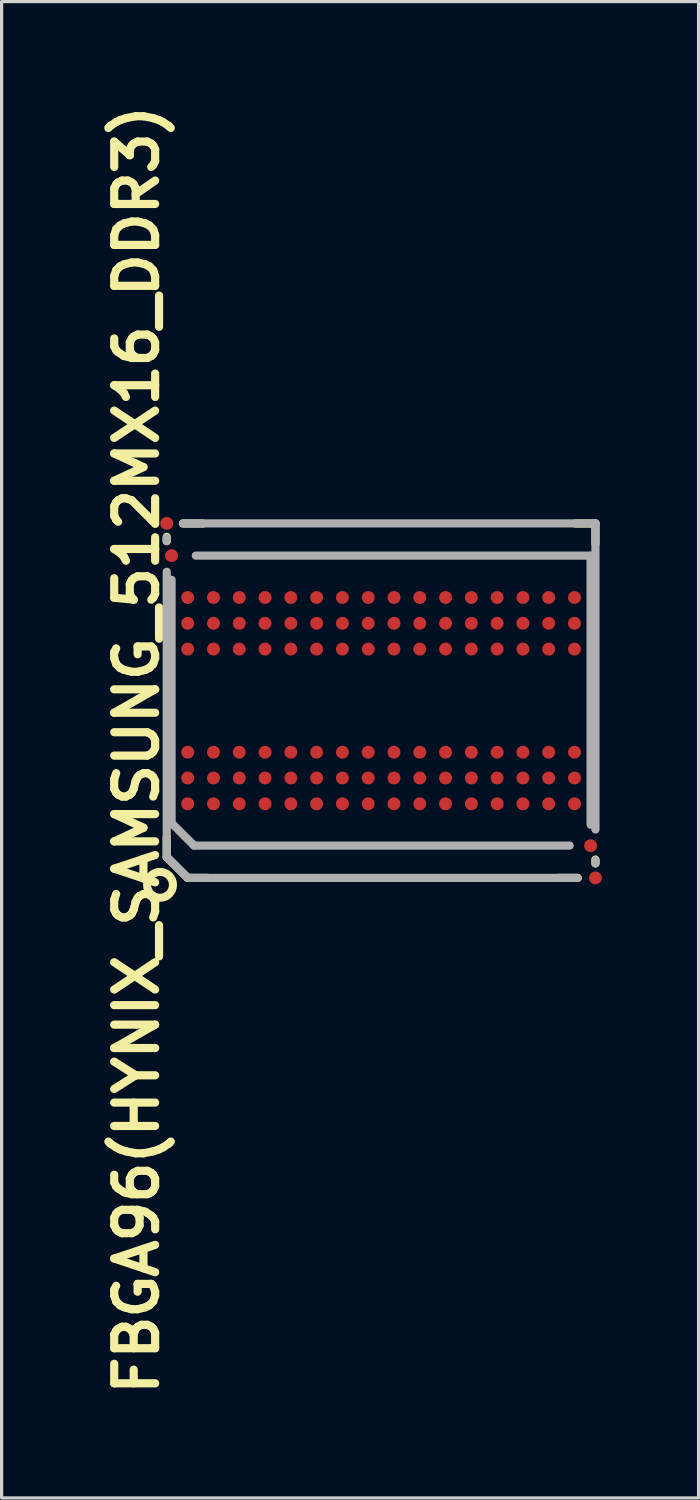
<source format=kicad_pcb>
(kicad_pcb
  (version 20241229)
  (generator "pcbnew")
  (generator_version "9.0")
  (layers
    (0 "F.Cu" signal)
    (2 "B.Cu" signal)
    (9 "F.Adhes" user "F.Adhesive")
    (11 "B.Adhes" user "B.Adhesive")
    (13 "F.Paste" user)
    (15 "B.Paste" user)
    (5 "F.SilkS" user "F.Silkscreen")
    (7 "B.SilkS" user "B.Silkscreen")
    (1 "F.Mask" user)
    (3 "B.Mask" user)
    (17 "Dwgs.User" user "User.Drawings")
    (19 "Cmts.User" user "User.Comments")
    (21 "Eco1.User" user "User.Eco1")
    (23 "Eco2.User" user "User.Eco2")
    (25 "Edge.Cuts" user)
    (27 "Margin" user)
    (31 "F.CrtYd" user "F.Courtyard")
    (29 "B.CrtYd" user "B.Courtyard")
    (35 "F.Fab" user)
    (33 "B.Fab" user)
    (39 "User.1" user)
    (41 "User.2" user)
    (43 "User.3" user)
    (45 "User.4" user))
  (footprint "FBGA96(HYNIX_SAMSUNG_512MX16_DDR3)"
    (layer "F.Cu")
    (at 8.773 18.687)
    (property "Reference" "FBGA96(HYNIX_SAMSUNG_512MX16_DDR3)" (at -7.584 1.524 90) (layer "F.SilkS") (effects (font (size 1.27 1.27) (thickness 0.254))))
    (attr smd)
    (fp_line (start -6.65 -5.08) (end -6.65 -4.95) (stroke (width 0.254) (type solid)) (layer "F.SilkS"))
    (fp_line (start -6.65 4.23) (end -6.65 4.85) (stroke (width 0.254) (type solid)) (layer "F.SilkS"))
    (fp_line (start -6.145 -5.495) (end -5.525 -5.495) (stroke (width 0.254) (type solid)) (layer "F.SilkS"))
    (fp_line (start -6 5.5) (end -6.65 4.85) (stroke (width 0.254) (type solid)) (layer "F.SilkS"))
    (fp_line (start -5.37 5.5) (end -6 5.5) (stroke (width 0.254) (type solid)) (layer "F.SilkS"))
    (fp_line (start 6.025 -5.495) (end 6.645 -5.495) (stroke (width 0.254) (type solid)) (layer "F.SilkS"))
    (fp_line (start 6.1 5.5) (end 5.48 5.5) (stroke (width 0.254) (type solid)) (layer "F.SilkS"))
    (fp_line (start 6.65 -5.5) (end 6.65 -4.88) (stroke (width 0.254) (type solid)) (layer "F.SilkS"))
    (fp_line (start 6.65 4.93) (end 6.65 5.05) (stroke (width 0.254) (type solid)) (layer "F.SilkS"))
    (fp_circle (center -6.858 5.715) (end -6.477 5.588) (stroke (width 0.25) (type solid)) (fill no) (layer "F.SilkS"))
    (fp_line (start -6.65 -5.05) (end -6.65 -4.948) (stroke (width 0.254) (type solid)) (layer "F.Fab"))
    (fp_line (start -6.65 -3.998) (end -6.65 4.849) (stroke (width 0.254) (type solid)) (layer "F.Fab"))
    (fp_line (start -6.65 4.849) (end -5.999 5.499) (stroke (width 0.254) (type solid)) (layer "F.Fab"))
    (fp_line (start -6.5 -3.749) (end -6.5 3.8) (stroke (width 0.254) (type solid)) (layer "F.Fab"))
    (fp_line (start -6.5 3.8) (end -5.799 4.498) (stroke (width 0.254) (type solid)) (layer "F.Fab"))
    (fp_line (start -5.999 5.499) (end 6.099 5.499) (stroke (width 0.254) (type solid)) (layer "F.Fab"))
    (fp_line (start -5.799 4.498) (end 5.85 4.498) (stroke (width 0.254) (type solid)) (layer "F.Fab"))
    (fp_line (start 6.5 -4.498) (end -5.748 -4.498) (stroke (width 0.254) (type solid)) (layer "F.Fab"))
    (fp_line (start 6.5 3.848) (end 6.5 -4.498) (stroke (width 0.254) (type solid)) (layer "F.Fab"))
    (fp_line (start 6.65 -5.499) (end -6.149 -5.499) (stroke (width 0.254) (type solid)) (layer "F.Fab"))
    (fp_line (start 6.65 3.998) (end 6.65 -5.499) (stroke (width 0.254) (type solid)) (layer "F.Fab"))
    (fp_line (start 6.65 5.05) (end 6.65 4.948) (stroke (width 0.254) (type solid)) (layer "F.Fab"))
    (pad "" smd rect (at -6 -3.2) (size 0.42 0.42) (layers "F.Paste"))
    (pad "" smd rect (at -6 -2.4) (size 0.42 0.42) (layers "F.Paste"))
    (pad "" smd rect (at -6 -1.6) (size 0.42 0.42) (layers "F.Paste"))
    (pad "" smd rect (at -6 1.6) (size 0.42 0.42) (layers "F.Paste"))
    (pad "" smd rect (at -6 2.4) (size 0.42 0.42) (layers "F.Paste"))
    (pad "" smd rect (at -6 3.2) (size 0.42 0.42) (layers "F.Paste"))
    (pad "" smd rect (at -5.2 -3.2) (size 0.42 0.42) (layers "F.Paste"))
    (pad "" smd rect (at -5.2 -2.4) (size 0.42 0.42) (layers "F.Paste"))
    (pad "" smd rect (at -5.2 -1.6) (size 0.42 0.42) (layers "F.Paste"))
    (pad "" smd rect (at -5.2 1.6) (size 0.42 0.42) (layers "F.Paste"))
    (pad "" smd rect (at -5.2 2.4) (size 0.42 0.42) (layers "F.Paste"))
    (pad "" smd rect (at -5.2 3.2) (size 0.42 0.42) (layers "F.Paste"))
    (pad "" smd rect (at -4.4 -3.2) (size 0.42 0.42) (layers "F.Paste"))
    (pad "" smd rect (at -4.4 -2.4) (size 0.42 0.42) (layers "F.Paste"))
    (pad "" smd rect (at -4.4 -1.6) (size 0.42 0.42) (layers "F.Paste"))
    (pad "" smd rect (at -4.4 1.6) (size 0.42 0.42) (layers "F.Paste"))
    (pad "" smd rect (at -4.4 2.4) (size 0.42 0.42) (layers "F.Paste"))
    (pad "" smd rect (at -4.4 3.2) (size 0.42 0.42) (layers "F.Paste"))
    (pad "" smd rect (at -3.6 -3.2) (size 0.42 0.42) (layers "F.Paste"))
    (pad "" smd rect (at -3.6 -2.4) (size 0.42 0.42) (layers "F.Paste"))
    (pad "" smd rect (at -3.6 -1.6) (size 0.42 0.42) (layers "F.Paste"))
    (pad "" smd rect (at -3.6 1.6) (size 0.42 0.42) (layers "F.Paste"))
    (pad "" smd rect (at -3.6 2.4) (size 0.42 0.42) (layers "F.Paste"))
    (pad "" smd rect (at -3.6 3.2) (size 0.42 0.42) (layers "F.Paste"))
    (pad "" smd rect (at -2.8 -3.2) (size 0.42 0.42) (layers "F.Paste"))
    (pad "" smd rect (at -2.8 -2.4) (size 0.42 0.42) (layers "F.Paste"))
    (pad "" smd rect (at -2.8 -1.6) (size 0.42 0.42) (layers "F.Paste"))
    (pad "" smd rect (at -2.8 1.6) (size 0.42 0.42) (layers "F.Paste"))
    (pad "" smd rect (at -2.8 2.4) (size 0.42 0.42) (layers "F.Paste"))
    (pad "" smd rect (at -2.8 3.2) (size 0.42 0.42) (layers "F.Paste"))
    (pad "" smd rect (at -2 -3.2) (size 0.42 0.42) (layers "F.Paste"))
    (pad "" smd rect (at -2 -2.4) (size 0.42 0.42) (layers "F.Paste"))
    (pad "" smd rect (at -2 -1.6) (size 0.42 0.42) (layers "F.Paste"))
    (pad "" smd rect (at -2 1.6) (size 0.42 0.42) (layers "F.Paste"))
    (pad "" smd rect (at -2 2.4) (size 0.42 0.42) (layers "F.Paste"))
    (pad "" smd rect (at -2 3.2) (size 0.42 0.42) (layers "F.Paste"))
    (pad "" smd rect (at -1.2 -3.2) (size 0.42 0.42) (layers "F.Paste"))
    (pad "" smd rect (at -1.2 -2.4) (size 0.42 0.42) (layers "F.Paste"))
    (pad "" smd rect (at -1.2 -1.6) (size 0.42 0.42) (layers "F.Paste"))
    (pad "" smd rect (at -1.2 1.6) (size 0.42 0.42) (layers "F.Paste"))
    (pad "" smd rect (at -1.2 2.4) (size 0.42 0.42) (layers "F.Paste"))
    (pad "" smd rect (at -1.2 3.2) (size 0.42 0.42) (layers "F.Paste"))
    (pad "" smd rect (at -0.4 -3.2) (size 0.42 0.42) (layers "F.Paste"))
    (pad "" smd rect (at -0.4 -2.4) (size 0.42 0.42) (layers "F.Paste"))
    (pad "" smd rect (at -0.4 -1.6) (size 0.42 0.42) (layers "F.Paste"))
    (pad "" smd rect (at -0.4 1.6) (size 0.42 0.42) (layers "F.Paste"))
    (pad "" smd rect (at -0.4 2.4) (size 0.42 0.42) (layers "F.Paste"))
    (pad "" smd rect (at -0.4 3.2) (size 0.42 0.42) (layers "F.Paste"))
    (pad "" smd rect (at 0.4 -3.2) (size 0.42 0.42) (layers "F.Paste"))
    (pad "" smd rect (at 0.4 -2.4) (size 0.42 0.42) (layers "F.Paste"))
    (pad "" smd rect (at 0.4 -1.6) (size 0.42 0.42) (layers "F.Paste"))
    (pad "" smd rect (at 0.4 1.6) (size 0.42 0.42) (layers "F.Paste"))
    (pad "" smd rect (at 0.4 2.4) (size 0.42 0.42) (layers "F.Paste"))
    (pad "" smd rect (at 0.4 3.2) (size 0.42 0.42) (layers "F.Paste"))
    (pad "" smd rect (at 1.2 -3.2) (size 0.42 0.42) (layers "F.Paste"))
    (pad "" smd rect (at 1.2 -2.4) (size 0.42 0.42) (layers "F.Paste"))
    (pad "" smd rect (at 1.2 -1.6) (size 0.42 0.42) (layers "F.Paste"))
    (pad "" smd rect (at 1.2 1.6) (size 0.42 0.42) (layers "F.Paste"))
    (pad "" smd rect (at 1.2 2.4) (size 0.42 0.42) (layers "F.Paste"))
    (pad "" smd rect (at 1.2 3.2) (size 0.42 0.42) (layers "F.Paste"))
    (pad "" smd rect (at 2 -3.2) (size 0.42 0.42) (layers "F.Paste"))
    (pad "" smd rect (at 2 -2.4) (size 0.42 0.42) (layers "F.Paste"))
    (pad "" smd rect (at 2 -1.6) (size 0.42 0.42) (layers "F.Paste"))
    (pad "" smd rect (at 2 1.6) (size 0.42 0.42) (layers "F.Paste"))
    (pad "" smd rect (at 2 2.4) (size 0.42 0.42) (layers "F.Paste"))
    (pad "" smd rect (at 2 3.2) (size 0.42 0.42) (layers "F.Paste"))
    (pad "" smd rect (at 2.8 -3.2) (size 0.42 0.42) (layers "F.Paste"))
    (pad "" smd rect (at 2.8 -2.4) (size 0.42 0.42) (layers "F.Paste"))
    (pad "" smd rect (at 2.8 -1.6) (size 0.42 0.42) (layers "F.Paste"))
    (pad "" smd rect (at 2.8 1.6) (size 0.42 0.42) (layers "F.Paste"))
    (pad "" smd rect (at 2.8 2.4) (size 0.42 0.42) (layers "F.Paste"))
    (pad "" smd rect (at 2.8 3.2) (size 0.42 0.42) (layers "F.Paste"))
    (pad "" smd rect (at 3.6 -3.2) (size 0.42 0.42) (layers "F.Paste"))
    (pad "" smd rect (at 3.6 -2.4) (size 0.42 0.42) (layers "F.Paste"))
    (pad "" smd rect (at 3.6 -1.6) (size 0.42 0.42) (layers "F.Paste"))
    (pad "" smd rect (at 3.6 1.6) (size 0.42 0.42) (layers "F.Paste"))
    (pad "" smd rect (at 3.6 2.4) (size 0.42 0.42) (layers "F.Paste"))
    (pad "" smd rect (at 3.6 3.2) (size 0.42 0.42) (layers "F.Paste"))
    (pad "" smd rect (at 4.4 -3.2) (size 0.42 0.42) (layers "F.Paste"))
    (pad "" smd rect (at 4.4 -2.4) (size 0.42 0.42) (layers "F.Paste"))
    (pad "" smd rect (at 4.4 -1.6) (size 0.42 0.42) (layers "F.Paste"))
    (pad "" smd rect (at 4.4 1.6) (size 0.42 0.42) (layers "F.Paste"))
    (pad "" smd rect (at 4.4 2.4) (size 0.42 0.42) (layers "F.Paste"))
    (pad "" smd rect (at 4.4 3.2) (size 0.42 0.42) (layers "F.Paste"))
    (pad "" smd rect (at 5.2 -3.2) (size 0.42 0.42) (layers "F.Paste"))
    (pad "" smd rect (at 5.2 -2.4) (size 0.42 0.42) (layers "F.Paste"))
    (pad "" smd rect (at 5.2 -1.6) (size 0.42 0.42) (layers "F.Paste"))
    (pad "" smd rect (at 5.2 1.6) (size 0.42 0.42) (layers "F.Paste"))
    (pad "" smd rect (at 5.2 2.4) (size 0.42 0.42) (layers "F.Paste"))
    (pad "" smd rect (at 5.2 3.2) (size 0.42 0.42) (layers "F.Paste"))
    (pad "" smd rect (at 6 -3.2) (size 0.42 0.42) (layers "F.Paste"))
    (pad "" smd rect (at 6 -2.4) (size 0.42 0.42) (layers "F.Paste"))
    (pad "" smd rect (at 6 -1.6) (size 0.42 0.42) (layers "F.Paste"))
    (pad "" smd rect (at 6 1.6) (size 0.42 0.42) (layers "F.Paste"))
    (pad "" smd rect (at 6 2.4) (size 0.42 0.42) (layers "F.Paste"))
    (pad "" smd rect (at 6 3.2) (size 0.42 0.42) (layers "F.Paste"))
    (pad "A1" smd circle (at -6 3.2 90) (size 0.4 0.4) (layers "F.Cu" "F.Mask"))
    (pad "A2" smd circle (at -6 2.4 90) (size 0.4 0.4) (layers "F.Cu" "F.Mask"))
    (pad "A3" smd circle (at -6 1.6 90) (size 0.4 0.4) (layers "F.Cu" "F.Mask"))
    (pad "A7" smd circle (at -6 -1.6 90) (size 0.4 0.4) (layers "F.Cu" "F.Mask"))
    (pad "A8" smd circle (at -6 -2.4 90) (size 0.4 0.4) (layers "F.Cu" "F.Mask"))
    (pad "A9" smd circle (at -6 -3.2 90) (size 0.4 0.4) (layers "F.Cu" "F.Mask"))
    (pad "B1" smd circle (at -5.2 3.2 90) (size 0.4 0.4) (layers "F.Cu" "F.Mask"))
    (pad "B2" smd circle (at -5.2 2.4 90) (size 0.4 0.4) (layers "F.Cu" "F.Mask"))
    (pad "B3" smd circle (at -5.2 1.6 90) (size 0.4 0.4) (layers "F.Cu" "F.Mask"))
    (pad "B7" smd circle (at -5.2 -1.6 90) (size 0.4 0.4) (layers "F.Cu" "F.Mask"))
    (pad "B8" smd circle (at -5.2 -2.4 90) (size 0.4 0.4) (layers "F.Cu" "F.Mask"))
    (pad "B9" smd circle (at -5.2 -3.2 90) (size 0.4 0.4) (layers "F.Cu" "F.Mask"))
    (pad "C1" smd circle (at -4.4 3.2 90) (size 0.4 0.4) (layers "F.Cu" "F.Mask"))
    (pad "C2" smd circle (at -4.4 2.4 90) (size 0.4 0.4) (layers "F.Cu" "F.Mask"))
    (pad "C3" smd circle (at -4.4 1.6 90) (size 0.4 0.4) (layers "F.Cu" "F.Mask"))
    (pad "C7" smd circle (at -4.4 -1.6 90) (size 0.4 0.4) (layers "F.Cu" "F.Mask"))
    (pad "C8" smd circle (at -4.4 -2.4 90) (size 0.4 0.4) (layers "F.Cu" "F.Mask"))
    (pad "C9" smd circle (at -4.4 -3.2 90) (size 0.4 0.4) (layers "F.Cu" "F.Mask"))
    (pad "D1" smd circle (at -3.6 3.2 90) (size 0.4 0.4) (layers "F.Cu" "F.Mask"))
    (pad "D2" smd circle (at -3.6 2.4 90) (size 0.4 0.4) (layers "F.Cu" "F.Mask"))
    (pad "D3" smd circle (at -3.6 1.6 90) (size 0.4 0.4) (layers "F.Cu" "F.Mask"))
    (pad "D7" smd circle (at -3.6 -1.6 90) (size 0.4 0.4) (layers "F.Cu" "F.Mask"))
    (pad "D8" smd circle (at -3.6 -2.4 90) (size 0.4 0.4) (layers "F.Cu" "F.Mask"))
    (pad "D9" smd circle (at -3.6 -3.2 90) (size 0.4 0.4) (layers "F.Cu" "F.Mask"))
    (pad "E1" smd circle (at -2.8 3.2 90) (size 0.4 0.4) (layers "F.Cu" "F.Mask"))
    (pad "E2" smd circle (at -2.8 2.4 90) (size 0.4 0.4) (layers "F.Cu" "F.Mask"))
    (pad "E3" smd circle (at -2.8 1.6 90) (size 0.4 0.4) (layers "F.Cu" "F.Mask"))
    (pad "E7" smd circle (at -2.8 -1.6 90) (size 0.4 0.4) (layers "F.Cu" "F.Mask"))
    (pad "E8" smd circle (at -2.8 -2.4 90) (size 0.4 0.4) (layers "F.Cu" "F.Mask"))
    (pad "E9" smd circle (at -2.8 -3.2 90) (size 0.4 0.4) (layers "F.Cu" "F.Mask"))
    (pad "F1" smd circle (at -2 3.2 90) (size 0.4 0.4) (layers "F.Cu" "F.Mask"))
    (pad "F2" smd circle (at -2 2.4 90) (size 0.4 0.4) (layers "F.Cu" "F.Mask"))
    (pad "F3" smd circle (at -2 1.6 90) (size 0.4 0.4) (layers "F.Cu" "F.Mask"))
    (pad "F7" smd circle (at -2 -1.6 90) (size 0.4 0.4) (layers "F.Cu" "F.Mask"))
    (pad "F8" smd circle (at -2 -2.4 90) (size 0.4 0.4) (layers "F.Cu" "F.Mask"))
    (pad "F9" smd circle (at -2 -3.2 90) (size 0.4 0.4) (layers "F.Cu" "F.Mask"))
    (pad "FID1" smd circle (at 6.5 4.5 90) (size 0.4 0.4) (layers "F.Cu" "F.Mask"))
    (pad "FID2" smd circle (at -6.5 -4.5 90) (size 0.4 0.4) (layers "F.Cu" "F.Mask"))
    (pad "FID3" smd circle (at 6.65 5.5 90) (size 0.4 0.4) (layers "F.Cu" "F.Mask"))
    (pad "FID4" smd circle (at -6.65 -5.5 90) (size 0.4 0.4) (layers "F.Cu" "F.Mask"))
    (pad "G1" smd circle (at -1.2 3.2 90) (size 0.4 0.4) (layers "F.Cu" "F.Mask"))
    (pad "G2" smd circle (at -1.2 2.4 90) (size 0.4 0.4) (layers "F.Cu" "F.Mask"))
    (pad "G3" smd circle (at -1.2 1.6 90) (size 0.4 0.4) (layers "F.Cu" "F.Mask"))
    (pad "G7" smd circle (at -1.2 -1.6 90) (size 0.4 0.4) (layers "F.Cu" "F.Mask"))
    (pad "G8" smd circle (at -1.2 -2.4 90) (size 0.4 0.4) (layers "F.Cu" "F.Mask"))
    (pad "G9" smd circle (at -1.2 -3.2 90) (size 0.4 0.4) (layers "F.Cu" "F.Mask"))
    (pad "H1" smd circle (at -0.4 3.2 90) (size 0.4 0.4) (layers "F.Cu" "F.Mask"))
    (pad "H2" smd circle (at -0.4 2.4 90) (size 0.4 0.4) (layers "F.Cu" "F.Mask"))
    (pad "H3" smd circle (at -0.4 1.6 90) (size 0.4 0.4) (layers "F.Cu" "F.Mask"))
    (pad "H7" smd circle (at -0.4 -1.6 90) (size 0.4 0.4) (layers "F.Cu" "F.Mask"))
    (pad "H8" smd circle (at -0.4 -2.4 90) (size 0.4 0.4) (layers "F.Cu" "F.Mask"))
    (pad "H9" smd circle (at -0.4 -3.2 90) (size 0.4 0.4) (layers "F.Cu" "F.Mask"))
    (pad "J1" smd circle (at 0.4 3.2 90) (size 0.4 0.4) (layers "F.Cu" "F.Mask"))
    (pad "J2" smd circle (at 0.4 2.4 90) (size 0.4 0.4) (layers "F.Cu" "F.Mask"))
    (pad "J3" smd circle (at 0.4 1.6 90) (size 0.4 0.4) (layers "F.Cu" "F.Mask"))
    (pad "J7" smd circle (at 0.4 -1.6 90) (size 0.4 0.4) (layers "F.Cu" "F.Mask"))
    (pad "J8" smd circle (at 0.4 -2.4 90) (size 0.4 0.4) (layers "F.Cu" "F.Mask"))
    (pad "J9" smd circle (at 0.4 -3.2 90) (size 0.4 0.4) (layers "F.Cu" "F.Mask"))
    (pad "K1" smd circle (at 1.2 3.2 90) (size 0.4 0.4) (layers "F.Cu" "F.Mask"))
    (pad "K2" smd circle (at 1.2 2.4 90) (size 0.4 0.4) (layers "F.Cu" "F.Mask"))
    (pad "K3" smd circle (at 1.2 1.6 90) (size 0.4 0.4) (layers "F.Cu" "F.Mask"))
    (pad "K7" smd circle (at 1.2 -1.6 90) (size 0.4 0.4) (layers "F.Cu" "F.Mask"))
    (pad "K8" smd circle (at 1.2 -2.4 90) (size 0.4 0.4) (layers "F.Cu" "F.Mask"))
    (pad "K9" smd circle (at 1.2 -3.2 90) (size 0.4 0.4) (layers "F.Cu" "F.Mask"))
    (pad "L1" smd circle (at 2 3.2 90) (size 0.4 0.4) (layers "F.Cu" "F.Mask"))
    (pad "L2" smd circle (at 2 2.4 90) (size 0.4 0.4) (layers "F.Cu" "F.Mask"))
    (pad "L3" smd circle (at 2 1.6 90) (size 0.4 0.4) (layers "F.Cu" "F.Mask"))
    (pad "L7" smd circle (at 2 -1.6 90) (size 0.4 0.4) (layers "F.Cu" "F.Mask"))
    (pad "L8" smd circle (at 2 -2.4 90) (size 0.4 0.4) (layers "F.Cu" "F.Mask"))
    (pad "L9" smd circle (at 2 -3.2 90) (size 0.4 0.4) (layers "F.Cu" "F.Mask"))
    (pad "M1" smd circle (at 2.8 3.2 90) (size 0.4 0.4) (layers "F.Cu" "F.Mask"))
    (pad "M2" smd circle (at 2.8 2.4 90) (size 0.4 0.4) (layers "F.Cu" "F.Mask"))
    (pad "M3" smd circle (at 2.8 1.6 90) (size 0.4 0.4) (layers "F.Cu" "F.Mask"))
    (pad "M7" smd circle (at 2.8 -1.6 90) (size 0.4 0.4) (layers "F.Cu" "F.Mask"))
    (pad "M8" smd circle (at 2.8 -2.4 90) (size 0.4 0.4) (layers "F.Cu" "F.Mask"))
    (pad "M9" smd circle (at 2.8 -3.2 90) (size 0.4 0.4) (layers "F.Cu" "F.Mask"))
    (pad "N1" smd circle (at 3.6 3.2 90) (size 0.4 0.4) (layers "F.Cu" "F.Mask"))
    (pad "N2" smd circle (at 3.6 2.4 90) (size 0.4 0.4) (layers "F.Cu" "F.Mask"))
    (pad "N3" smd circle (at 3.6 1.6 90) (size 0.4 0.4) (layers "F.Cu" "F.Mask"))
    (pad "N7" smd circle (at 3.6 -1.6 90) (size 0.4 0.4) (layers "F.Cu" "F.Mask"))
    (pad "N8" smd circle (at 3.6 -2.4 90) (size 0.4 0.4) (layers "F.Cu" "F.Mask"))
    (pad "N9" smd circle (at 3.6 -3.2 90) (size 0.4 0.4) (layers "F.Cu" "F.Mask"))
    (pad "P1" smd circle (at 4.4 3.2 90) (size 0.4 0.4) (layers "F.Cu" "F.Mask"))
    (pad "P2" smd circle (at 4.4 2.4 90) (size 0.4 0.4) (layers "F.Cu" "F.Mask"))
    (pad "P3" smd circle (at 4.4 1.6 90) (size 0.4 0.4) (layers "F.Cu" "F.Mask"))
    (pad "P7" smd circle (at 4.4 -1.6 90) (size 0.4 0.4) (layers "F.Cu" "F.Mask"))
    (pad "P8" smd circle (at 4.4 -2.4 90) (size 0.4 0.4) (layers "F.Cu" "F.Mask"))
    (pad "P9" smd circle (at 4.4 -3.2 90) (size 0.4 0.4) (layers "F.Cu" "F.Mask"))
    (pad "R1" smd circle (at 5.2 3.2 90) (size 0.4 0.4) (layers "F.Cu" "F.Mask"))
    (pad "R2" smd circle (at 5.2 2.4 90) (size 0.4 0.4) (layers "F.Cu" "F.Mask"))
    (pad "R3" smd circle (at 5.2 1.6 90) (size 0.4 0.4) (layers "F.Cu" "F.Mask"))
    (pad "R7" smd circle (at 5.2 -1.6 90) (size 0.4 0.4) (layers "F.Cu" "F.Mask"))
    (pad "R8" smd circle (at 5.2 -2.4 90) (size 0.4 0.4) (layers "F.Cu" "F.Mask"))
    (pad "R9" smd circle (at 5.2 -3.2 90) (size 0.4 0.4) (layers "F.Cu" "F.Mask"))
    (pad "T1" smd circle (at 6 3.2 90) (size 0.4 0.4) (layers "F.Cu" "F.Mask"))
    (pad "T2" smd circle (at 6 2.4 90) (size 0.4 0.4) (layers "F.Cu" "F.Mask"))
    (pad "T3" smd circle (at 6 1.6 90) (size 0.4 0.4) (layers "F.Cu" "F.Mask"))
    (pad "T7" smd circle (at 6 -1.6 90) (size 0.4 0.4) (layers "F.Cu" "F.Mask"))
    (pad "T8" smd circle (at 6 -2.4 90) (size 0.4 0.4) (layers "F.Cu" "F.Mask"))
    (pad "T9" smd circle (at 6 -3.2 90) (size 0.4 0.4) (layers "F.Cu" "F.Mask")))
  (gr_rect
    (start -3 -3)
    (end 18.623 43.422)
    (stroke (width 0.1) (type default))
    (fill no)
    (layer "Edge.Cuts")))
</source>
